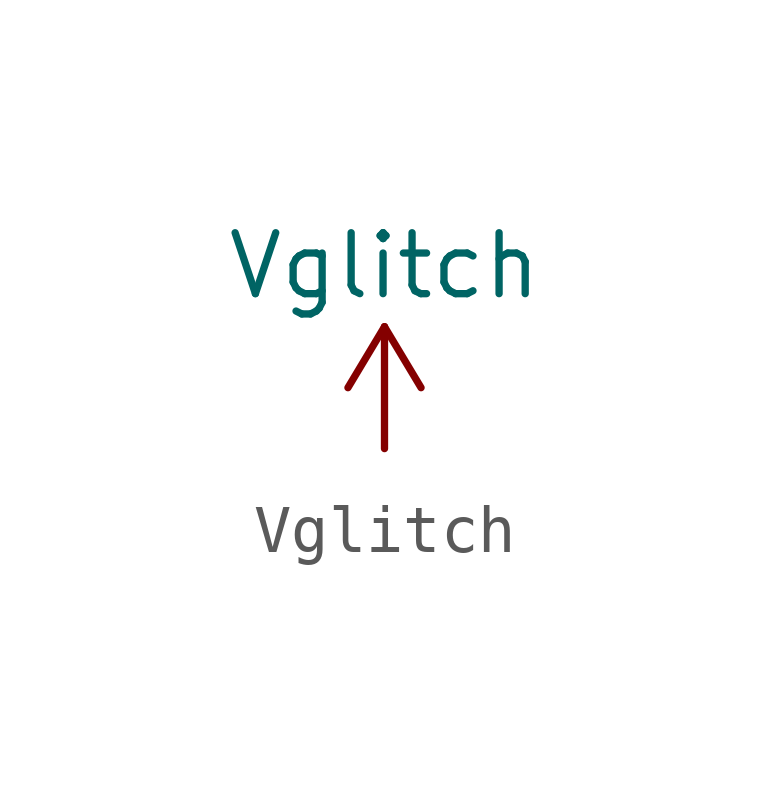
<source format=kicad_sym>
(kicad_symbol_lib
  (version 20220914)
  (generator kicad_symbol_editor)
  (symbol "Vglitch"
    (power)
    (pin_names
      (offset 0))
    (property "Reference" "#PWR"
      (at -5.08 -3.81 0)
      (effects (font (size 1.27 1.27)) hide))
    (property "Value" "Vglitch"
      (at 0 3.81 0)
      (effects (font (size 1.27 1.27))))
    (symbol "Vglitch_0_1"
      (polyline (pts (xy -0.762 1.27) (xy 0 2.54)) (stroke (width 0) (type default)) (fill (type none)))
      (polyline (pts (xy 0 0) (xy 0 2.54)) (stroke (width 0) (type default)) (fill (type none)))
      (polyline (pts (xy 0 2.54) (xy 0.762 1.27)) (stroke (width 0) (type default)) (fill (type none))))
    (symbol "Vglitch_1_1"
      (pin power_in line (at 0 0 90) (length 0) hide (name "Vglitch" (effects (font (size 1.27 1.27)))) (number "1" (effects (font (size 1.27 1.27))))))))
</source>
